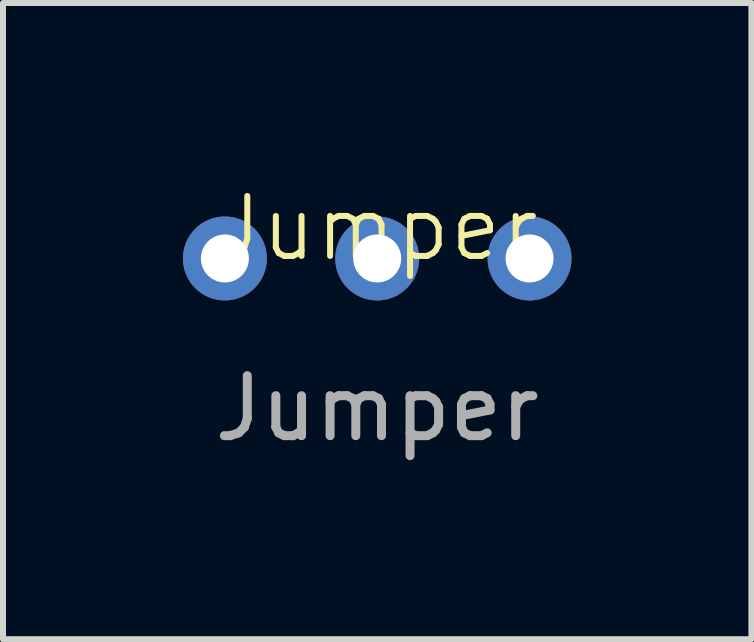
<source format=kicad_pcb>
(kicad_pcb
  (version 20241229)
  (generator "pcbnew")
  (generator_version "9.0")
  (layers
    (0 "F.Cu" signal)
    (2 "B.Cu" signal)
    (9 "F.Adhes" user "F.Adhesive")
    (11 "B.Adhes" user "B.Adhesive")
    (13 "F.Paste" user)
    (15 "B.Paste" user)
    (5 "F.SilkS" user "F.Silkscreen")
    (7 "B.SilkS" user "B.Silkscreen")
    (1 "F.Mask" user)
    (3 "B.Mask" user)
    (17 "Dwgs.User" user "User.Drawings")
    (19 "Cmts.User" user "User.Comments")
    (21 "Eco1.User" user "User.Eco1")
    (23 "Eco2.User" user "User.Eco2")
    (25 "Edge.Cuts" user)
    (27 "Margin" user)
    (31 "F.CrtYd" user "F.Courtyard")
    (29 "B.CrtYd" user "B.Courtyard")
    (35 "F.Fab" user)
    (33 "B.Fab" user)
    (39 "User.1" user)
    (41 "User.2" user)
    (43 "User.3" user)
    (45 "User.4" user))
  (footprint "Jumper"
    (layer "F.Cu")
    (at 3.24 1.26)
    (property "Reference" "Jumper" (at 0 -0.5 0) (unlocked yes) (layer "F.SilkS") (effects (font (size 1 1) (thickness 0.1))))
    (attr through_hole)
    (fp_text user "${REFERENCE}" (at 0 2.5 0) (unlocked yes) (layer "F.Fab") (effects (font (size 1 1) (thickness 0.15))))
    (pad "1" thru_hole circle (at -2.54 0) (size 1.4 1.4) (drill 0.8) (layers "*.Cu" "*.Mask"))
    (pad "2" thru_hole circle (at 0 0) (size 1.4 1.4) (drill 0.8) (layers "*.Cu" "*.Mask"))
    (pad "3" thru_hole circle (at 2.54 0) (size 1.4 1.4) (drill 0.8) (layers "*.Cu" "*.Mask")))
  (gr_rect
    (start -3 -3)
    (end 9.48 7.609)
    (stroke (width 0.1) (type default))
    (fill no)
    (layer "Edge.Cuts")))
</source>
